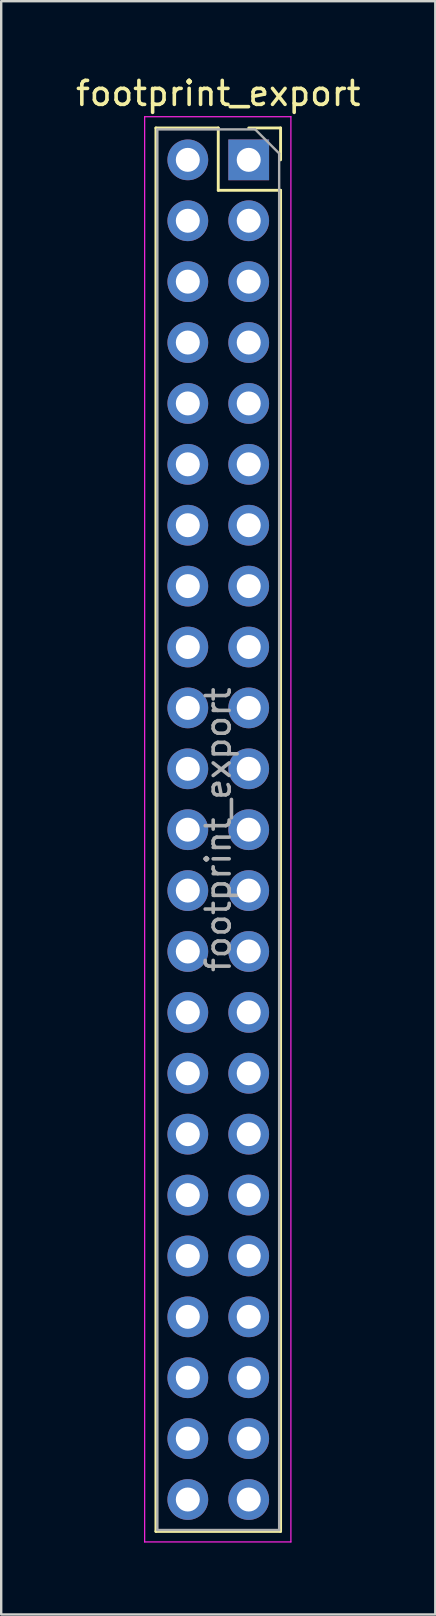
<source format=kicad_pcb>
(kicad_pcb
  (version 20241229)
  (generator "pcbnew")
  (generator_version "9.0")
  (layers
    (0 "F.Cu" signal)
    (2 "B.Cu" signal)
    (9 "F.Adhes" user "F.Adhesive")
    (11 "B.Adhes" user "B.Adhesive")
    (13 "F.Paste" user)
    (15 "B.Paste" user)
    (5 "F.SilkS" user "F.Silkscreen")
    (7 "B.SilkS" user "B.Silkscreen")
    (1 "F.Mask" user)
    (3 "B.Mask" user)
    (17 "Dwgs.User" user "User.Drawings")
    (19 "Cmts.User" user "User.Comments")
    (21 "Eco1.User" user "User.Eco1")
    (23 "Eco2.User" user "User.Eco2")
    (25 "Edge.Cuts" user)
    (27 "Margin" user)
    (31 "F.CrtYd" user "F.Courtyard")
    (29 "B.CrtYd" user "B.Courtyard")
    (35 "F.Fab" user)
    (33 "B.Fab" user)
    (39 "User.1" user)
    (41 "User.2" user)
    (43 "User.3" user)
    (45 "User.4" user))
  (footprint "footprint_export"
    (layer "F.Cu")
    (at 7.324 3.618)
    (property "Reference" "footprint_export" (at -1.27 -2.77 0) (layer "F.SilkS") (effects (font (size 1 1) (thickness 0.15))))
    (attr through_hole)
    (fp_line (start -3.87 -1.33) (end -3.87 57.21) (stroke (width 0.12) (type solid)) (layer "F.SilkS"))
    (fp_line (start -3.87 -1.33) (end -1.27 -1.33) (stroke (width 0.12) (type solid)) (layer "F.SilkS"))
    (fp_line (start -3.87 57.21) (end 1.33 57.21) (stroke (width 0.12) (type solid)) (layer "F.SilkS"))
    (fp_line (start -1.27 -1.33) (end -1.27 1.27) (stroke (width 0.12) (type solid)) (layer "F.SilkS"))
    (fp_line (start -1.27 1.27) (end 1.33 1.27) (stroke (width 0.12) (type solid)) (layer "F.SilkS"))
    (fp_line (start 0 -1.33) (end 1.33 -1.33) (stroke (width 0.12) (type solid)) (layer "F.SilkS"))
    (fp_line (start 1.33 -1.33) (end 1.33 0) (stroke (width 0.12) (type solid)) (layer "F.SilkS"))
    (fp_line (start 1.33 1.27) (end 1.33 57.21) (stroke (width 0.12) (type solid)) (layer "F.SilkS"))
    (fp_line (start -4.34 -1.8) (end 1.76 -1.8) (stroke (width 0.05) (type solid)) (layer "F.CrtYd"))
    (fp_line (start -4.34 57.65) (end -4.34 -1.8) (stroke (width 0.05) (type solid)) (layer "F.CrtYd"))
    (fp_line (start 1.76 -1.8) (end 1.76 57.65) (stroke (width 0.05) (type solid)) (layer "F.CrtYd"))
    (fp_line (start 1.76 57.65) (end -4.34 57.65) (stroke (width 0.05) (type solid)) (layer "F.CrtYd"))
    (fp_line (start -3.81 -1.27) (end 0.27 -1.27) (stroke (width 0.1) (type solid)) (layer "F.Fab"))
    (fp_line (start -3.81 57.15) (end -3.81 -1.27) (stroke (width 0.1) (type solid)) (layer "F.Fab"))
    (fp_line (start 0.27 -1.27) (end 1.27 -0.27) (stroke (width 0.1) (type solid)) (layer "F.Fab"))
    (fp_line (start 1.27 -0.27) (end 1.27 57.15) (stroke (width 0.1) (type solid)) (layer "F.Fab"))
    (fp_line (start 1.27 57.15) (end -3.81 57.15) (stroke (width 0.1) (type solid)) (layer "F.Fab"))
    (fp_text user "${REFERENCE}" (at -1.27 27.94 90) (layer "F.Fab") (effects (font (size 1 1) (thickness 0.15))))
    (pad "1" thru_hole rect (at 0 0) (size 1.7 1.7) (drill 1) (layers "*.Cu" "*.Mask"))
    (pad "2" thru_hole oval (at -2.54 0) (size 1.7 1.7) (drill 1) (layers "*.Cu" "*.Mask"))
    (pad "3" thru_hole oval (at 0 2.54) (size 1.7 1.7) (drill 1) (layers "*.Cu" "*.Mask"))
    (pad "4" thru_hole oval (at -2.54 2.54) (size 1.7 1.7) (drill 1) (layers "*.Cu" "*.Mask"))
    (pad "5" thru_hole oval (at 0 5.08) (size 1.7 1.7) (drill 1) (layers "*.Cu" "*.Mask"))
    (pad "6" thru_hole oval (at -2.54 5.08) (size 1.7 1.7) (drill 1) (layers "*.Cu" "*.Mask"))
    (pad "7" thru_hole oval (at 0 7.62) (size 1.7 1.7) (drill 1) (layers "*.Cu" "*.Mask"))
    (pad "8" thru_hole oval (at -2.54 7.62) (size 1.7 1.7) (drill 1) (layers "*.Cu" "*.Mask"))
    (pad "9" thru_hole oval (at 0 10.16) (size 1.7 1.7) (drill 1) (layers "*.Cu" "*.Mask"))
    (pad "10" thru_hole oval (at -2.54 10.16) (size 1.7 1.7) (drill 1) (layers "*.Cu" "*.Mask"))
    (pad "11" thru_hole oval (at 0 12.7) (size 1.7 1.7) (drill 1) (layers "*.Cu" "*.Mask"))
    (pad "12" thru_hole oval (at -2.54 12.7) (size 1.7 1.7) (drill 1) (layers "*.Cu" "*.Mask"))
    (pad "13" thru_hole oval (at 0 15.24) (size 1.7 1.7) (drill 1) (layers "*.Cu" "*.Mask"))
    (pad "14" thru_hole oval (at -2.54 15.24) (size 1.7 1.7) (drill 1) (layers "*.Cu" "*.Mask"))
    (pad "15" thru_hole oval (at 0 17.78) (size 1.7 1.7) (drill 1) (layers "*.Cu" "*.Mask"))
    (pad "16" thru_hole oval (at -2.54 17.78) (size 1.7 1.7) (drill 1) (layers "*.Cu" "*.Mask"))
    (pad "17" thru_hole oval (at 0 20.32) (size 1.7 1.7) (drill 1) (layers "*.Cu" "*.Mask"))
    (pad "18" thru_hole oval (at -2.54 20.32) (size 1.7 1.7) (drill 1) (layers "*.Cu" "*.Mask"))
    (pad "19" thru_hole oval (at 0 22.86) (size 1.7 1.7) (drill 1) (layers "*.Cu" "*.Mask"))
    (pad "20" thru_hole oval (at -2.54 22.86) (size 1.7 1.7) (drill 1) (layers "*.Cu" "*.Mask"))
    (pad "21" thru_hole oval (at 0 25.4) (size 1.7 1.7) (drill 1) (layers "*.Cu" "*.Mask"))
    (pad "22" thru_hole oval (at -2.54 25.4) (size 1.7 1.7) (drill 1) (layers "*.Cu" "*.Mask"))
    (pad "23" thru_hole oval (at 0 27.94) (size 1.7 1.7) (drill 1) (layers "*.Cu" "*.Mask"))
    (pad "24" thru_hole oval (at -2.54 27.94) (size 1.7 1.7) (drill 1) (layers "*.Cu" "*.Mask"))
    (pad "25" thru_hole oval (at 0 30.48) (size 1.7 1.7) (drill 1) (layers "*.Cu" "*.Mask"))
    (pad "26" thru_hole oval (at -2.54 30.48) (size 1.7 1.7) (drill 1) (layers "*.Cu" "*.Mask"))
    (pad "27" thru_hole oval (at 0 33.02) (size 1.7 1.7) (drill 1) (layers "*.Cu" "*.Mask"))
    (pad "28" thru_hole oval (at -2.54 33.02) (size 1.7 1.7) (drill 1) (layers "*.Cu" "*.Mask"))
    (pad "29" thru_hole oval (at 0 35.56) (size 1.7 1.7) (drill 1) (layers "*.Cu" "*.Mask"))
    (pad "30" thru_hole oval (at -2.54 35.56) (size 1.7 1.7) (drill 1) (layers "*.Cu" "*.Mask"))
    (pad "31" thru_hole oval (at 0 38.1) (size 1.7 1.7) (drill 1) (layers "*.Cu" "*.Mask"))
    (pad "32" thru_hole oval (at -2.54 38.1) (size 1.7 1.7) (drill 1) (layers "*.Cu" "*.Mask"))
    (pad "33" thru_hole oval (at 0 40.64) (size 1.7 1.7) (drill 1) (layers "*.Cu" "*.Mask"))
    (pad "34" thru_hole oval (at -2.54 40.64) (size 1.7 1.7) (drill 1) (layers "*.Cu" "*.Mask"))
    (pad "35" thru_hole oval (at 0 43.18) (size 1.7 1.7) (drill 1) (layers "*.Cu" "*.Mask"))
    (pad "36" thru_hole oval (at -2.54 43.18) (size 1.7 1.7) (drill 1) (layers "*.Cu" "*.Mask"))
    (pad "37" thru_hole oval (at 0 45.72) (size 1.7 1.7) (drill 1) (layers "*.Cu" "*.Mask"))
    (pad "38" thru_hole oval (at -2.54 45.72) (size 1.7 1.7) (drill 1) (layers "*.Cu" "*.Mask"))
    (pad "39" thru_hole oval (at 0 48.26) (size 1.7 1.7) (drill 1) (layers "*.Cu" "*.Mask"))
    (pad "40" thru_hole oval (at -2.54 48.26) (size 1.7 1.7) (drill 1) (layers "*.Cu" "*.Mask"))
    (pad "41" thru_hole oval (at 0 50.8) (size 1.7 1.7) (drill 1) (layers "*.Cu" "*.Mask"))
    (pad "42" thru_hole oval (at -2.54 50.8) (size 1.7 1.7) (drill 1) (layers "*.Cu" "*.Mask"))
    (pad "43" thru_hole oval (at 0 53.34) (size 1.7 1.7) (drill 1) (layers "*.Cu" "*.Mask"))
    (pad "44" thru_hole oval (at -2.54 53.34) (size 1.7 1.7) (drill 1) (layers "*.Cu" "*.Mask"))
    (pad "45" thru_hole oval (at 0 55.88) (size 1.7 1.7) (drill 1) (layers "*.Cu" "*.Mask"))
    (pad "46" thru_hole oval (at -2.54 55.88) (size 1.7 1.7) (drill 1) (layers "*.Cu" "*.Mask")))
  (gr_rect
    (start -3 -3)
    (end 15.107 64.293)
    (stroke (width 0.1) (type default))
    (fill no)
    (layer "Edge.Cuts")))
</source>
